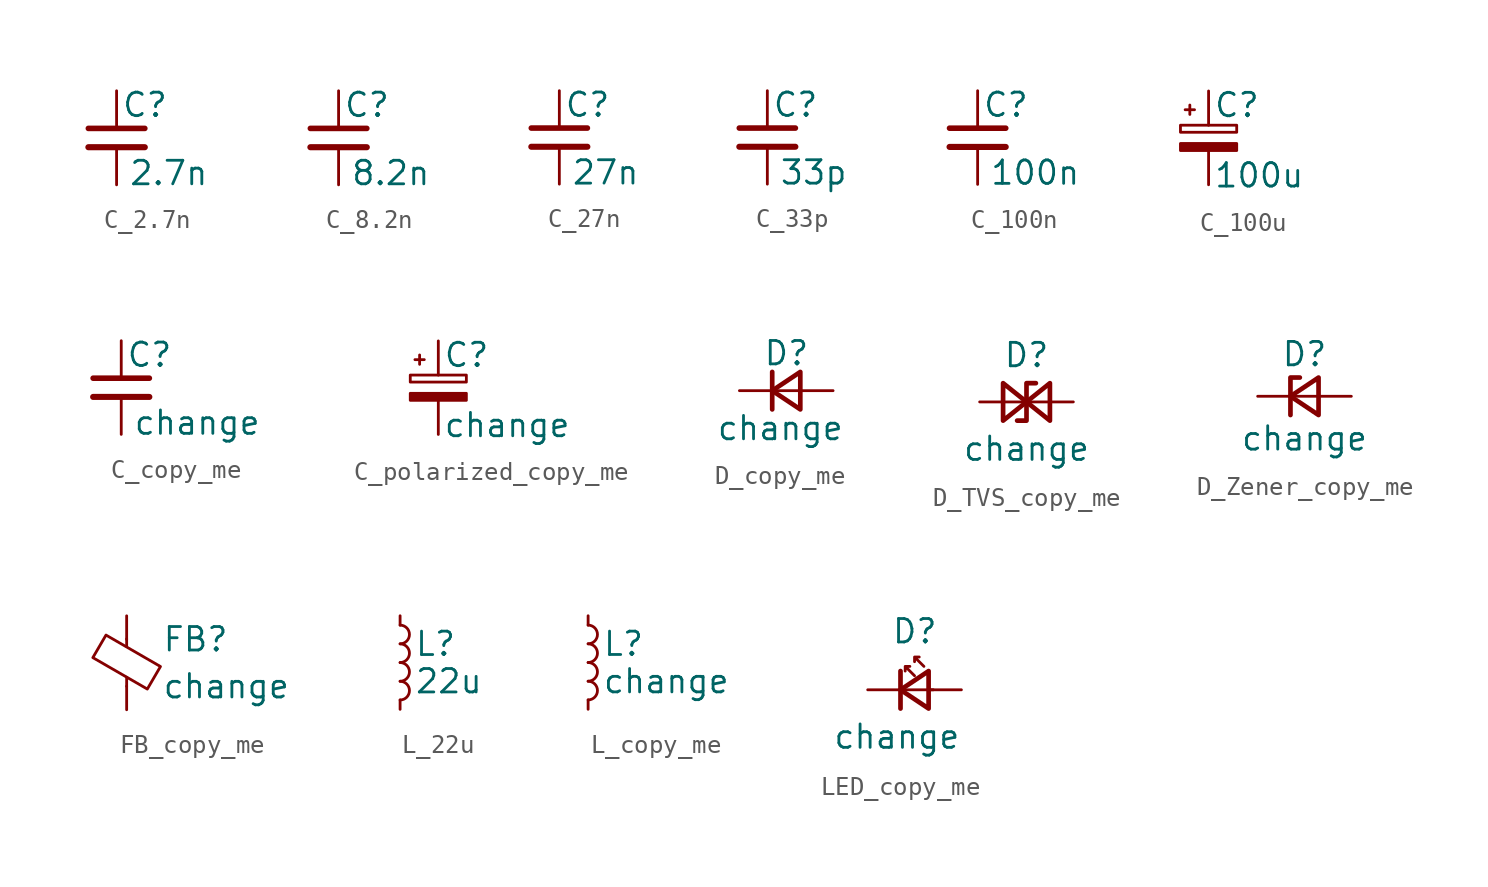
<source format=kicad_sym>
(kicad_symbol_lib
  (version 20241209)
  (generator "kicad_symbol_editor")
  (generator_version "9.0")
  (symbol "C_2.7n"
    (pin_numbers
      (hide yes))
    (pin_names
      (offset 0.254)
      (hide yes))
    (property "Reference" "C"
      (at 0.254 1.778 0)
      (effects (font (size 1.27 1.27)) (justify left)))
    (property "Value" "2.7n"
      (at 0.635 -1.905 0)
      (effects (font (size 1.27 1.27)) (justify left)))
    (symbol "C_2.7n_0_1"
      (polyline (pts (xy -1.524 0.508) (xy 1.524 0.508)) (stroke (width 0.305) (type default)) (fill (type none)))
      (polyline (pts (xy -1.524 -0.508) (xy 1.524 -0.508)) (stroke (width 0.33) (type default)) (fill (type none))))
    (symbol "C_2.7n_1_1"
      (pin passive line (at 0 2.54 270) (length 2.032) (name "~" (effects (font (size 1.27 1.27)))) (number "1" (effects (font (size 1.27 1.27)))))
      (pin passive line (at 0 -2.54 90) (length 2.032) (name "~" (effects (font (size 1.27 1.27)))) (number "2" (effects (font (size 1.27 1.27)))))))
  (symbol "C_8.2n"
    (pin_numbers
      (hide yes))
    (pin_names
      (offset 0.254)
      (hide yes))
    (property "Reference" "C"
      (at 0.254 1.778 0)
      (effects (font (size 1.27 1.27)) (justify left)))
    (property "Value" "8.2n"
      (at 0.635 -1.905 0)
      (effects (font (size 1.27 1.27)) (justify left)))
    (symbol "C_8.2n_0_1"
      (polyline (pts (xy -1.524 0.508) (xy 1.524 0.508)) (stroke (width 0.305) (type default)) (fill (type none)))
      (polyline (pts (xy -1.524 -0.508) (xy 1.524 -0.508)) (stroke (width 0.33) (type default)) (fill (type none))))
    (symbol "C_8.2n_1_1"
      (pin passive line (at 0 2.54 270) (length 2.032) (name "~" (effects (font (size 1.27 1.27)))) (number "1" (effects (font (size 1.27 1.27)))))
      (pin passive line (at 0 -2.54 90) (length 2.032) (name "~" (effects (font (size 1.27 1.27)))) (number "2" (effects (font (size 1.27 1.27)))))))
  (symbol "C_27n"
    (pin_numbers
      (hide yes))
    (pin_names
      (offset 0.254)
      (hide yes))
    (property "Reference" "C"
      (at 0.254 1.778 0)
      (effects (font (size 1.27 1.27)) (justify left)))
    (property "Value" "27n"
      (at 0.635 -1.905 0)
      (effects (font (size 1.27 1.27)) (justify left)))
    (symbol "C_27n_0_1"
      (polyline (pts (xy -1.524 0.508) (xy 1.524 0.508)) (stroke (width 0.305) (type default)) (fill (type none)))
      (polyline (pts (xy -1.524 -0.508) (xy 1.524 -0.508)) (stroke (width 0.33) (type default)) (fill (type none))))
    (symbol "C_27n_1_1"
      (pin passive line (at 0 2.54 270) (length 2.032) (name "~" (effects (font (size 1.27 1.27)))) (number "1" (effects (font (size 1.27 1.27)))))
      (pin passive line (at 0 -2.54 90) (length 2.032) (name "~" (effects (font (size 1.27 1.27)))) (number "2" (effects (font (size 1.27 1.27)))))))
  (symbol "C_33p"
    (pin_numbers
      (hide yes))
    (pin_names
      (offset 0.254)
      (hide yes))
    (property "Reference" "C"
      (at 0.254 1.778 0)
      (effects (font (size 1.27 1.27)) (justify left)))
    (property "Value" "33p"
      (at 0.635 -1.905 0)
      (effects (font (size 1.27 1.27)) (justify left)))
    (symbol "C_33p_0_1"
      (polyline (pts (xy -1.524 0.508) (xy 1.524 0.508)) (stroke (width 0.305) (type default)) (fill (type none)))
      (polyline (pts (xy -1.524 -0.508) (xy 1.524 -0.508)) (stroke (width 0.33) (type default)) (fill (type none))))
    (symbol "C_33p_1_1"
      (pin passive line (at 0 2.54 270) (length 2.032) (name "~" (effects (font (size 1.27 1.27)))) (number "1" (effects (font (size 1.27 1.27)))))
      (pin passive line (at 0 -2.54 90) (length 2.032) (name "~" (effects (font (size 1.27 1.27)))) (number "2" (effects (font (size 1.27 1.27)))))))
  (symbol "C_100n"
    (pin_numbers
      (hide yes))
    (pin_names
      (offset 0.254)
      (hide yes))
    (property "Reference" "C"
      (at 0.254 1.778 0)
      (effects (font (size 1.27 1.27)) (justify left)))
    (property "Value" "100n"
      (at 0.635 -1.905 0)
      (effects (font (size 1.27 1.27)) (justify left)))
    (symbol "C_100n_0_1"
      (polyline (pts (xy -1.524 0.508) (xy 1.524 0.508)) (stroke (width 0.305) (type default)) (fill (type none)))
      (polyline (pts (xy -1.524 -0.508) (xy 1.524 -0.508)) (stroke (width 0.33) (type default)) (fill (type none))))
    (symbol "C_100n_1_1"
      (pin passive line (at 0 2.54 270) (length 2.032) (name "~" (effects (font (size 1.27 1.27)))) (number "1" (effects (font (size 1.27 1.27)))))
      (pin passive line (at 0 -2.54 90) (length 2.032) (name "~" (effects (font (size 1.27 1.27)))) (number "2" (effects (font (size 1.27 1.27)))))))
  (symbol "C_100u"
    (pin_numbers
      (hide yes))
    (pin_names
      (offset 0.254)
      (hide yes))
    (property "Reference" "C"
      (at 0.254 1.778 0)
      (effects (font (size 1.27 1.27)) (justify left)))
    (property "Value" "100u"
      (at 0.254 -2.032 0)
      (effects (font (size 1.27 1.27)) (justify left)))
    (symbol "C_100u_0_1"
      (rectangle (start -1.524 0.686) (end 1.524 0.305) (stroke (width 0) (type default)) (fill (type none)))
      (rectangle (start -1.524 -0.305) (end 1.524 -0.686) (stroke (width 0) (type default)) (fill (type outline)))
      (polyline (pts (xy -1.27 1.524) (xy -0.762 1.524)) (stroke (width 0) (type default)) (fill (type none)))
      (polyline (pts (xy -1.016 1.27) (xy -1.016 1.778)) (stroke (width 0) (type default)) (fill (type none))))
    (symbol "C_100u_1_1"
      (pin passive line (at 0 2.54 270) (length 1.854) (name "~" (effects (font (size 1.27 1.27)))) (number "1" (effects (font (size 1.27 1.27)))))
      (pin passive line (at 0 -2.54 90) (length 1.854) (name "~" (effects (font (size 1.27 1.27)))) (number "2" (effects (font (size 1.27 1.27)))))))
  (symbol "C_copy_me"
    (pin_numbers
      (hide yes))
    (pin_names
      (offset 0.254)
      (hide yes))
    (property "Reference" "C"
      (at 0.254 1.778 0)
      (effects (font (size 1.27 1.27)) (justify left)))
    (property "Value" "change"
      (at 0.635 -1.905 0)
      (effects (font (size 1.27 1.27)) (justify left)))
    (symbol "C_copy_me_0_1"
      (polyline (pts (xy -1.524 0.508) (xy 1.524 0.508)) (stroke (width 0.305) (type default)) (fill (type none)))
      (polyline (pts (xy -1.524 -0.508) (xy 1.524 -0.508)) (stroke (width 0.33) (type default)) (fill (type none))))
    (symbol "C_copy_me_1_1"
      (pin passive line (at 0 2.54 270) (length 2.032) (name "~" (effects (font (size 1.27 1.27)))) (number "1" (effects (font (size 1.27 1.27)))))
      (pin passive line (at 0 -2.54 90) (length 2.032) (name "~" (effects (font (size 1.27 1.27)))) (number "2" (effects (font (size 1.27 1.27)))))))
  (symbol "C_polarized_copy_me"
    (pin_numbers
      (hide yes))
    (pin_names
      (offset 0.254)
      (hide yes))
    (property "Reference" "C"
      (at 0.254 1.778 0)
      (effects (font (size 1.27 1.27)) (justify left)))
    (property "Value" "change"
      (at 0.254 -2.032 0)
      (effects (font (size 1.27 1.27)) (justify left)))
    (symbol "C_polarized_copy_me_0_1"
      (rectangle (start -1.524 0.686) (end 1.524 0.305) (stroke (width 0) (type default)) (fill (type none)))
      (rectangle (start -1.524 -0.305) (end 1.524 -0.686) (stroke (width 0) (type default)) (fill (type outline)))
      (polyline (pts (xy -1.27 1.524) (xy -0.762 1.524)) (stroke (width 0) (type default)) (fill (type none)))
      (polyline (pts (xy -1.016 1.27) (xy -1.016 1.778)) (stroke (width 0) (type default)) (fill (type none))))
    (symbol "C_polarized_copy_me_1_1"
      (pin passive line (at 0 2.54 270) (length 1.854) (name "~" (effects (font (size 1.27 1.27)))) (number "1" (effects (font (size 1.27 1.27)))))
      (pin passive line (at 0 -2.54 90) (length 1.854) (name "~" (effects (font (size 1.27 1.27)))) (number "2" (effects (font (size 1.27 1.27)))))))
  (symbol "D_copy_me"
    (pin_numbers
      (hide yes))
    (pin_names
      (offset 0.254)
      (hide yes))
    (property "Reference" "D"
      (at -1.27 2.032 0)
      (effects (font (size 1.27 1.27)) (justify left)))
    (property "Value" "change"
      (at -3.81 -2.032 0)
      (effects (font (size 1.27 1.27)) (justify left)))
    (symbol "D_copy_me_0_1"
      (polyline (pts (xy -0.762 0) (xy 0.762 0)) (stroke (width 0) (type default)) (fill (type none)))
      (polyline (pts (xy -0.762 -1.016) (xy -0.762 1.016)) (stroke (width 0.254) (type default)) (fill (type none)))
      (polyline (pts (xy 0.762 -1.016) (xy -0.762 0) (xy 0.762 1.016) (xy 0.762 -1.016)) (stroke (width 0.254) (type default)) (fill (type none))))
    (symbol "D_copy_me_1_1"
      (pin passive line (at -2.54 0 0) (length 1.778) (name "K" (effects (font (size 1.27 1.27)))) (number "1" (effects (font (size 1.27 1.27)))))
      (pin passive line (at 2.54 0 180) (length 1.778) (name "A" (effects (font (size 1.27 1.27)))) (number "2" (effects (font (size 1.27 1.27)))))))
  (symbol "D_TVS_copy_me"
    (pin_numbers
      (hide yes))
    (pin_names
      (offset 1.016)
      (hide yes))
    (property "Reference" "D"
      (at 0 2.54 0)
      (effects (font (size 1.27 1.27))))
    (property "Value" "change"
      (at 0 -2.54 0)
      (effects (font (size 1.27 1.27))))
    (symbol "D_TVS_copy_me_0_1"
      (polyline (pts (xy -1.27 1.016) (xy -1.27 -1.016) (xy 1.27 1.016) (xy 1.27 -1.016) (xy -1.27 1.016)) (stroke (width 0.254) (type default)) (fill (type none)))
      (polyline (pts (xy -1.27 0) (xy 1.27 0)) (stroke (width 0) (type default)) (fill (type none)))
      (polyline (pts (xy 0.508 1.016) (xy 0 1.016) (xy 0 -1.016) (xy -0.508 -1.016)) (stroke (width 0.254) (type default)) (fill (type none))))
    (symbol "D_TVS_copy_me_1_1"
      (pin passive line (at -2.54 0 0) (length 1.27) (name "A1" (effects (font (size 1.27 1.27)))) (number "1" (effects (font (size 1.27 1.27)))))
      (pin passive line (at 2.54 0 180) (length 1.27) (name "A2" (effects (font (size 1.27 1.27)))) (number "2" (effects (font (size 1.27 1.27)))))))
  (symbol "D_Zener_copy_me"
    (pin_numbers
      (hide yes))
    (pin_names
      (offset 0.254)
      (hide yes))
    (property "Reference" "D"
      (at 0 2.286 0)
      (effects (font (size 1.27 1.27))))
    (property "Value" "change"
      (at 0 -2.286 0)
      (effects (font (size 1.27 1.27))))
    (symbol "D_Zener_copy_me_0_1"
      (polyline (pts (xy -0.254 1.016) (xy -0.762 1.016) (xy -0.762 -1.016)) (stroke (width 0.254) (type default)) (fill (type none)))
      (polyline (pts (xy 0.762 1.016) (xy -0.762 0) (xy 0.762 -1.016) (xy 0.762 1.016)) (stroke (width 0.254) (type default)) (fill (type none)))
      (polyline (pts (xy 0.762 0) (xy -0.762 0)) (stroke (width 0) (type default)) (fill (type none))))
    (symbol "D_Zener_copy_me_1_1"
      (pin passive line (at -2.54 0 0) (length 1.778) (name "K" (effects (font (size 1.27 1.27)))) (number "1" (effects (font (size 1.27 1.27)))))
      (pin passive line (at 2.54 0 180) (length 1.778) (name "A" (effects (font (size 1.27 1.27)))) (number "2" (effects (font (size 1.27 1.27)))))))
  (symbol "FB_copy_me"
    (pin_numbers
      (hide yes))
    (pin_names
      (offset 0))
    (property "Reference" "FB"
      (at 1.905 1.27 0)
      (effects (font (size 1.27 1.27)) (justify left)))
    (property "Value" "change"
      (at 1.905 -1.27 0)
      (effects (font (size 1.27 1.27)) (justify left)))
    (symbol "FB_copy_me_0_1"
      (polyline (pts (xy -1.829 0.279) (xy -1.118 1.499) (xy 1.829 -0.203) (xy 1.118 -1.422) (xy -1.829 0.279)) (stroke (width 0) (type default)) (fill (type none)))
      (polyline (pts (xy 0 0.889) (xy 0 1.295)) (stroke (width 0) (type default)) (fill (type none)))
      (polyline (pts (xy 0 -1.27) (xy 0 -0.787)) (stroke (width 0) (type default)) (fill (type none))))
    (symbol "FB_copy_me_1_1"
      (pin passive line (at 0 2.54 270) (length 1.27) (name "~" (effects (font (size 1.27 1.27)))) (number "1" (effects (font (size 1.27 1.27)))))
      (pin passive line (at 0 -2.54 90) (length 1.27) (name "~" (effects (font (size 1.27 1.27)))) (number "2" (effects (font (size 1.27 1.27)))))))
  (symbol "L_22u"
    (pin_numbers
      (hide yes))
    (pin_names
      (offset 0.254)
      (hide yes))
    (property "Reference" "L"
      (at 0.762 1.016 0)
      (effects (font (size 1.27 1.27)) (justify left)))
    (property "Value" "22u"
      (at 0.762 -1.016 0)
      (effects (font (size 1.27 1.27)) (justify left)))
    (symbol "L_22u_0_1"
      (arc (start 0 2.032) (mid 0.5058 1.524) (end 0 1.016) (stroke (width 0) (type default)) (fill (type none)))
      (arc (start 0 1.016) (mid 0.5058 0.508) (end 0 0) (stroke (width 0) (type default)) (fill (type none)))
      (arc (start 0 0) (mid 0.5058 -0.508) (end 0 -1.016) (stroke (width 0) (type default)) (fill (type none)))
      (arc (start 0 -1.016) (mid 0.5058 -1.524) (end 0 -2.032) (stroke (width 0) (type default)) (fill (type none))))
    (symbol "L_22u_1_1"
      (pin passive line (at 0 2.54 270) (length 0.508) (name "~" (effects (font (size 1.27 1.27)))) (number "1" (effects (font (size 1.27 1.27)))))
      (pin passive line (at 0 -2.54 90) (length 0.508) (name "~" (effects (font (size 1.27 1.27)))) (number "2" (effects (font (size 1.27 1.27)))))))
  (symbol "L_copy_me"
    (pin_numbers
      (hide yes))
    (pin_names
      (offset 0.254)
      (hide yes))
    (property "Reference" "L"
      (at 0.762 1.016 0)
      (effects (font (size 1.27 1.27)) (justify left)))
    (property "Value" "change"
      (at 0.762 -1.016 0)
      (effects (font (size 1.27 1.27)) (justify left)))
    (symbol "L_copy_me_0_1"
      (arc (start 0 2.032) (mid 0.5058 1.524) (end 0 1.016) (stroke (width 0) (type default)) (fill (type none)))
      (arc (start 0 1.016) (mid 0.5058 0.508) (end 0 0) (stroke (width 0) (type default)) (fill (type none)))
      (arc (start 0 0) (mid 0.5058 -0.508) (end 0 -1.016) (stroke (width 0) (type default)) (fill (type none)))
      (arc (start 0 -1.016) (mid 0.5058 -1.524) (end 0 -2.032) (stroke (width 0) (type default)) (fill (type none))))
    (symbol "L_copy_me_1_1"
      (pin passive line (at 0 2.54 270) (length 0.508) (name "~" (effects (font (size 1.27 1.27)))) (number "1" (effects (font (size 1.27 1.27)))))
      (pin passive line (at 0 -2.54 90) (length 0.508) (name "~" (effects (font (size 1.27 1.27)))) (number "2" (effects (font (size 1.27 1.27)))))))
  (symbol "LED_copy_me"
    (pin_numbers
      (hide yes))
    (pin_names
      (offset 0.254)
      (hide yes))
    (property "Reference" "D"
      (at -1.27 3.175 0)
      (effects (font (size 1.27 1.27)) (justify left)))
    (property "Value" "change"
      (at -4.445 -2.54 0)
      (effects (font (size 1.27 1.27)) (justify left)))
    (symbol "LED_copy_me_0_1"
      (polyline (pts (xy -0.762 -1.016) (xy -0.762 1.016)) (stroke (width 0.254) (type default)) (fill (type none)))
      (polyline (pts (xy 0 0.762) (xy -0.508 1.27) (xy -0.254 1.27) (xy -0.508 1.27) (xy -0.508 1.016)) (stroke (width 0) (type default)) (fill (type none)))
      (polyline (pts (xy 0.508 1.27) (xy 0 1.778) (xy 0.254 1.778) (xy 0 1.778) (xy 0 1.524)) (stroke (width 0) (type default)) (fill (type none)))
      (polyline (pts (xy 0.762 -1.016) (xy -0.762 0) (xy 0.762 1.016) (xy 0.762 -1.016)) (stroke (width 0.254) (type default)) (fill (type none)))
      (polyline (pts (xy 1.016 0) (xy -0.762 0)) (stroke (width 0) (type default)) (fill (type none))))
    (symbol "LED_copy_me_1_1"
      (pin passive line (at -2.54 0 0) (length 1.778) (name "K" (effects (font (size 1.27 1.27)))) (number "1" (effects (font (size 1.27 1.27)))))
      (pin passive line (at 2.54 0 180) (length 1.778) (name "A" (effects (font (size 1.27 1.27)))) (number "2" (effects (font (size 1.27 1.27))))))))
</source>
